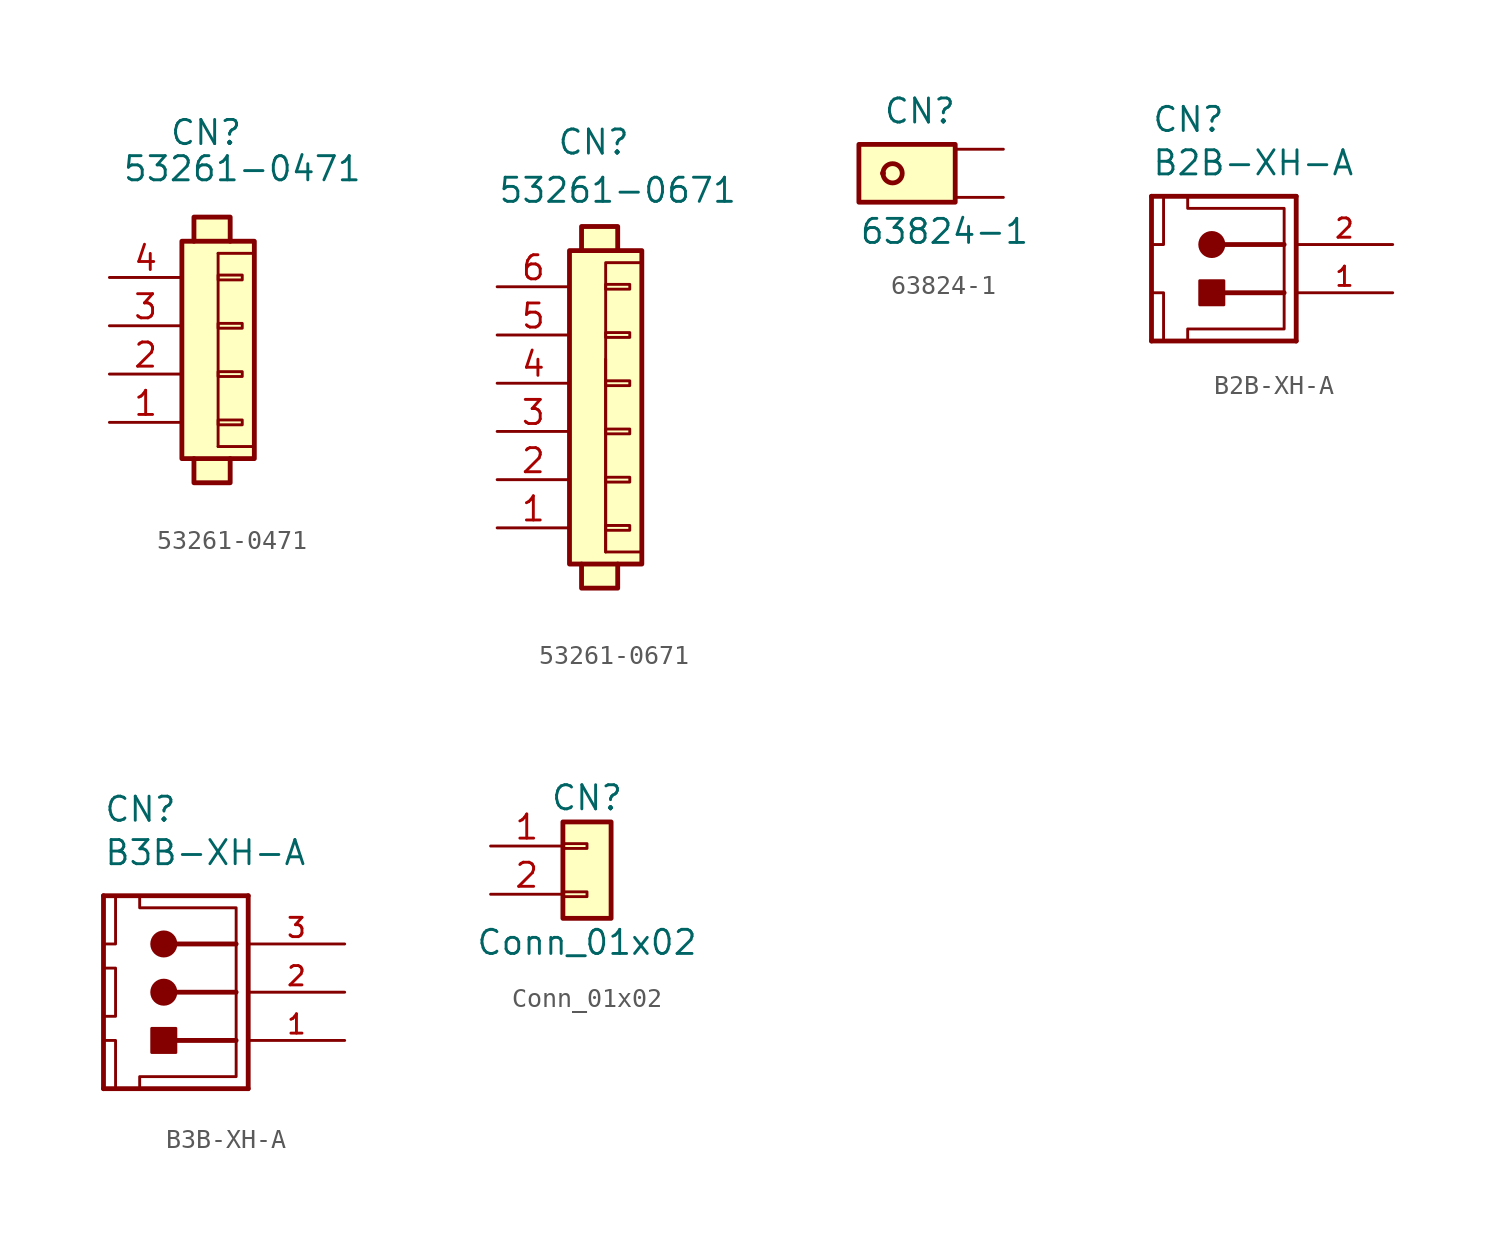
<source format=kicad_sym>
(kicad_symbol_lib
  (version 20241209)
  (generator "kicad_symbol_editor")
  (generator_version "9.0")
  (symbol "53261-0471"
    (pin_names
      (offset 1.016)
      (hide yes))
    (property "Reference" "CN"
      (at 0 7.62 0)
      (effects (font (size 1.27 1.27))))
    (property "Value" "53261-0471"
      (at 1.905 5.715 0)
      (effects (font (size 1.27 1.27))))
    (symbol "53261-0471_0_1"
      (polyline (pts (xy -0.635 1.905) (xy -0.635 3.175) (xy 1.27 3.175) (xy 1.27 1.905)) (stroke (width 0.254) (type default)) (fill (type background)))
      (polyline (pts (xy -0.635 -9.525) (xy -0.635 -10.795) (xy 1.27 -10.795) (xy 1.27 -9.525)) (stroke (width 0.254) (type default)) (fill (type background)))
      (rectangle (start 0.635 1.27) (end 2.54 1.27) (stroke (width 0) (type default)) (fill (type none)))
      (rectangle (start 0.635 -8.89) (end 0.635 1.27) (stroke (width 0) (type default)) (fill (type none)))
      (rectangle (start 2.54 -8.89) (end 0.635 -8.89) (stroke (width 0) (type default)) (fill (type none))))
    (symbol "53261-0471_1_1"
      (rectangle (start -1.27 1.905) (end 2.54 -9.525) (stroke (width 0.254) (type default)) (fill (type background)))
      (rectangle (start 1.905 -0.127) (end 0.635 0.127) (stroke (width 0.152) (type default)) (fill (type none)))
      (rectangle (start 1.905 -2.667) (end 0.635 -2.413) (stroke (width 0.152) (type default)) (fill (type none)))
      (rectangle (start 1.905 -5.207) (end 0.635 -4.953) (stroke (width 0.152) (type default)) (fill (type none)))
      (rectangle (start 1.905 -7.747) (end 0.635 -7.493) (stroke (width 0.152) (type default)) (fill (type none)))
      (pin passive line (at -5.08 0 0) (length 3.81) (name "Pin_4" (effects (font (size 1.27 1.27)))) (number "4" (effects (font (size 1.27 1.27)))))
      (pin passive line (at -5.08 -2.54 0) (length 3.81) (name "Pin_3" (effects (font (size 1.27 1.27)))) (number "3" (effects (font (size 1.27 1.27)))))
      (pin passive line (at -5.08 -5.08 0) (length 3.81) (name "Pin_2" (effects (font (size 1.27 1.27)))) (number "2" (effects (font (size 1.27 1.27)))))
      (pin passive line (at -5.08 -7.62 0) (length 3.81) (name "Pin_1" (effects (font (size 1.27 1.27)))) (number "1" (effects (font (size 1.27 1.27)))))))
  (symbol "53261-0671"
    (pin_names
      (offset 1.016)
      (hide yes))
    (property "Reference" "CN"
      (at 0 12.7 0)
      (effects (font (size 1.27 1.27))))
    (property "Value" "53261-0671"
      (at 1.27 10.16 0)
      (effects (font (size 1.27 1.27))))
    (symbol "53261-0671_0_1"
      (polyline (pts (xy -0.635 6.985) (xy -0.635 8.255) (xy 1.27 8.255) (xy 1.27 6.985)) (stroke (width 0.254) (type default)) (fill (type background)))
      (polyline (pts (xy -0.635 -9.525) (xy -0.635 -10.795) (xy 1.27 -10.795) (xy 1.27 -9.525)) (stroke (width 0.254) (type default)) (fill (type background)))
      (rectangle (start 0.635 6.35) (end 2.54 -8.89) (stroke (width 0) (type default)) (fill (type none)))
      (rectangle (start 0.635 -8.89) (end 0.635 1.27) (stroke (width 0) (type default)) (fill (type none))))
    (symbol "53261-0671_1_1"
      (rectangle (start -1.27 6.985) (end 2.54 -9.525) (stroke (width 0.254) (type default)) (fill (type background)))
      (rectangle (start 1.905 4.953) (end 0.635 5.207) (stroke (width 0.152) (type default)) (fill (type none)))
      (rectangle (start 1.905 2.413) (end 0.635 2.667) (stroke (width 0.152) (type default)) (fill (type none)))
      (rectangle (start 1.905 -0.127) (end 0.635 0.127) (stroke (width 0.152) (type default)) (fill (type none)))
      (rectangle (start 1.905 -2.667) (end 0.635 -2.413) (stroke (width 0.152) (type default)) (fill (type none)))
      (rectangle (start 1.905 -5.207) (end 0.635 -4.953) (stroke (width 0.152) (type default)) (fill (type none)))
      (rectangle (start 1.905 -7.747) (end 0.635 -7.493) (stroke (width 0.152) (type default)) (fill (type none)))
      (pin passive line (at -5.08 5.08 0) (length 3.81) (name "Pin_6" (effects (font (size 1.27 1.27)))) (number "6" (effects (font (size 1.27 1.27)))))
      (pin passive line (at -5.08 2.54 0) (length 3.81) (name "Pin_5" (effects (font (size 1.27 1.27)))) (number "5" (effects (font (size 1.27 1.27)))))
      (pin passive line (at -5.08 0 0) (length 3.81) (name "Pin_4" (effects (font (size 1.27 1.27)))) (number "4" (effects (font (size 1.27 1.27)))))
      (pin passive line (at -5.08 -2.54 0) (length 3.81) (name "Pin_3" (effects (font (size 1.27 1.27)))) (number "3" (effects (font (size 1.27 1.27)))))
      (pin passive line (at -5.08 -5.08 0) (length 3.81) (name "Pin_2" (effects (font (size 1.27 1.27)))) (number "2" (effects (font (size 1.27 1.27)))))
      (pin passive line (at -5.08 -7.62 0) (length 3.81) (name "Pin_1" (effects (font (size 1.27 1.27)))) (number "1" (effects (font (size 1.27 1.27)))))))
  (symbol "63824-1"
    (pin_numbers
      (hide yes))
    (pin_names
      (offset 1.016)
      (hide yes))
    (property "Reference" "CN"
      (at -3.81 3.81 0)
      (effects (font (size 1.27 1.27)) (justify left bottom)))
    (property "Value" "63824-1"
      (at -5.08 -2.54 0)
      (effects (font (size 1.27 1.27)) (justify left bottom)))
    (symbol "63824-1_0_0"
      (pin passive line (at 2.54 2.54 180) (length 2.54) (name "~" (effects (font (size 1.016 1.016)))) (number "2" (effects (font (size 1.016 1.016)))))
      (pin passive line (at 2.54 0 180) (length 2.54) (name "~" (effects (font (size 1.016 1.016)))) (number "1" (effects (font (size 1.016 1.016))))))
    (symbol "63824-1_0_1"
      (circle (center -3.81 1.27) (radius 0.0001) (stroke (width 0) (type default)) (fill (type none)))
      (circle (center -3.302 1.27) (radius 0.508) (stroke (width 0.254) (type default)) (fill (type none)))
      (rectangle (start 0 2.794) (end -5.08 -0.254) (stroke (width 0.254) (type default)) (fill (type background)))))
  (symbol "B2B-XH-A"
    (pin_names
      (offset 1.016)
      (hide yes))
    (property "Reference" "CN"
      (at -3.81 5.842 0)
      (effects (font (size 1.27 1.27)) (justify left bottom)))
    (property "Value" "B2B-XH-A"
      (at -3.81 3.556 0)
      (effects (font (size 1.27 1.27)) (justify left bottom)))
    (symbol "B2B-XH-A_0_0"
      (polyline (pts (xy -3.81 2.54) (xy -3.81 -5.08)) (stroke (width 0.254) (type default)) (fill (type none)))
      (polyline (pts (xy -3.81 -5.08) (xy 3.81 -5.08)) (stroke (width 0.254) (type default)) (fill (type none)))
      (polyline (pts (xy 0 0) (xy 3.175 0)) (stroke (width 0.254) (type default)) (fill (type none)))
      (polyline (pts (xy 0 -2.54) (xy 3.175 -2.54)) (stroke (width 0.254) (type default)) (fill (type none)))
      (polyline (pts (xy 3.81 2.54) (xy -3.81 2.54)) (stroke (width 0.254) (type default)) (fill (type none)))
      (polyline (pts (xy 3.81 -5.08) (xy 3.81 2.54)) (stroke (width 0.254) (type default)) (fill (type none))))
    (symbol "B2B-XH-A_0_1"
      (rectangle (start -3.81 2.54) (end -3.175 0) (stroke (width 0) (type default)) (fill (type none)))
      (rectangle (start -3.81 -2.54) (end -3.175 -5.08) (stroke (width 0) (type default)) (fill (type none)))
      (polyline (pts (xy -1.905 -5.08) (xy -1.905 -4.445) (xy 3.175 -4.445) (xy 3.175 1.905) (xy -1.905 1.905) (xy -1.905 2.54)) (stroke (width 0) (type default)) (fill (type none))))
    (symbol "B2B-XH-A_1_0"
      (pin passive line (at 8.89 0 180) (length 5.08) (name "" (effects (font (size 1.016 1.016)))) (number "2" (effects (font (size 1.016 1.016)))))
      (pin passive line (at 8.89 -2.54 180) (length 5.08) (name "" (effects (font (size 1.016 1.016)))) (number "1" (effects (font (size 1.016 1.016))))))
    (symbol "B2B-XH-A_1_1"
      (rectangle (start -1.27 -1.905) (end 0 -3.175) (stroke (width 0) (type default)) (fill (type outline)))
      (circle (center -0.635 0) (radius 0.635) (stroke (width 0) (type default)) (fill (type outline)))))
  (symbol "B3B-XH-A"
    (pin_names
      (offset 1.016)
      (hide yes))
    (property "Reference" "CN"
      (at -3.81 8.89 0)
      (effects (font (size 1.27 1.27)) (justify left bottom)))
    (property "Value" "B3B-XH-A"
      (at -3.81 6.604 0)
      (effects (font (size 1.27 1.27)) (justify left bottom)))
    (symbol "B3B-XH-A_0_0"
      (polyline (pts (xy -3.81 5.08) (xy -3.81 -5.08)) (stroke (width 0.254) (type default)) (fill (type none)))
      (polyline (pts (xy -3.81 -5.08) (xy 3.81 -5.08)) (stroke (width 0.254) (type default)) (fill (type none)))
      (polyline (pts (xy 0 2.54) (xy 3.175 2.54)) (stroke (width 0.254) (type default)) (fill (type none)))
      (polyline (pts (xy 0 0) (xy 3.175 0)) (stroke (width 0.254) (type default)) (fill (type none)))
      (polyline (pts (xy 0 -2.54) (xy 3.175 -2.54)) (stroke (width 0.254) (type default)) (fill (type none)))
      (polyline (pts (xy 3.81 5.08) (xy -3.81 5.08)) (stroke (width 0.254) (type default)) (fill (type none)))
      (polyline (pts (xy 3.81 -5.08) (xy 3.81 5.08)) (stroke (width 0.254) (type default)) (fill (type none))))
    (symbol "B3B-XH-A_0_1"
      (rectangle (start -3.81 5.08) (end -3.175 2.54) (stroke (width 0) (type default)) (fill (type none)))
      (rectangle (start -3.81 1.27) (end -3.175 -1.27) (stroke (width 0) (type default)) (fill (type none)))
      (rectangle (start -3.81 -2.54) (end -3.175 -5.08) (stroke (width 0) (type default)) (fill (type none)))
      (polyline (pts (xy -1.905 -5.08) (xy -1.905 -4.445) (xy 3.175 -4.445) (xy 3.175 4.445) (xy -1.905 4.445) (xy -1.905 5.08)) (stroke (width 0) (type default)) (fill (type none))))
    (symbol "B3B-XH-A_1_0"
      (pin passive line (at 8.89 2.54 180) (length 5.08) (name "" (effects (font (size 1.016 1.016)))) (number "3" (effects (font (size 1.016 1.016)))))
      (pin passive line (at 8.89 0 180) (length 5.08) (name "" (effects (font (size 1.016 1.016)))) (number "2" (effects (font (size 1.016 1.016)))))
      (pin passive line (at 8.89 -2.54 180) (length 5.08) (name "" (effects (font (size 1.016 1.016)))) (number "1" (effects (font (size 1.016 1.016))))))
    (symbol "B3B-XH-A_1_1"
      (rectangle (start -1.27 -1.905) (end 0 -3.175) (stroke (width 0) (type default)) (fill (type outline)))
      (circle (center -0.635 2.54) (radius 0.635) (stroke (width 0) (type default)) (fill (type outline)))
      (circle (center -0.635 0) (radius 0.635) (stroke (width 0) (type default)) (fill (type outline)))))
  (symbol "Conn_01x02"
    (pin_names
      (offset 1.016)
      (hide yes))
    (property "Reference" "CN"
      (at 0 2.54 0)
      (effects (font (size 1.27 1.27))))
    (property "Value" "Conn_01x02"
      (at 0 -5.08 0)
      (effects (font (size 1.27 1.27))))
    (symbol "Conn_01x02_1_1"
      (rectangle (start -1.27 1.27) (end 1.27 -3.81) (stroke (width 0.254) (type default)) (fill (type background)))
      (rectangle (start -1.27 0.127) (end 0 -0.127) (stroke (width 0.152) (type default)) (fill (type none)))
      (rectangle (start -1.27 -2.413) (end 0 -2.667) (stroke (width 0.152) (type default)) (fill (type none)))
      (pin passive line (at -5.08 0 0) (length 3.81) (name "Pin_1" (effects (font (size 1.27 1.27)))) (number "1" (effects (font (size 1.27 1.27)))))
      (pin passive line (at -5.08 -2.54 0) (length 3.81) (name "Pin_2" (effects (font (size 1.27 1.27)))) (number "2" (effects (font (size 1.27 1.27))))))))
</source>
